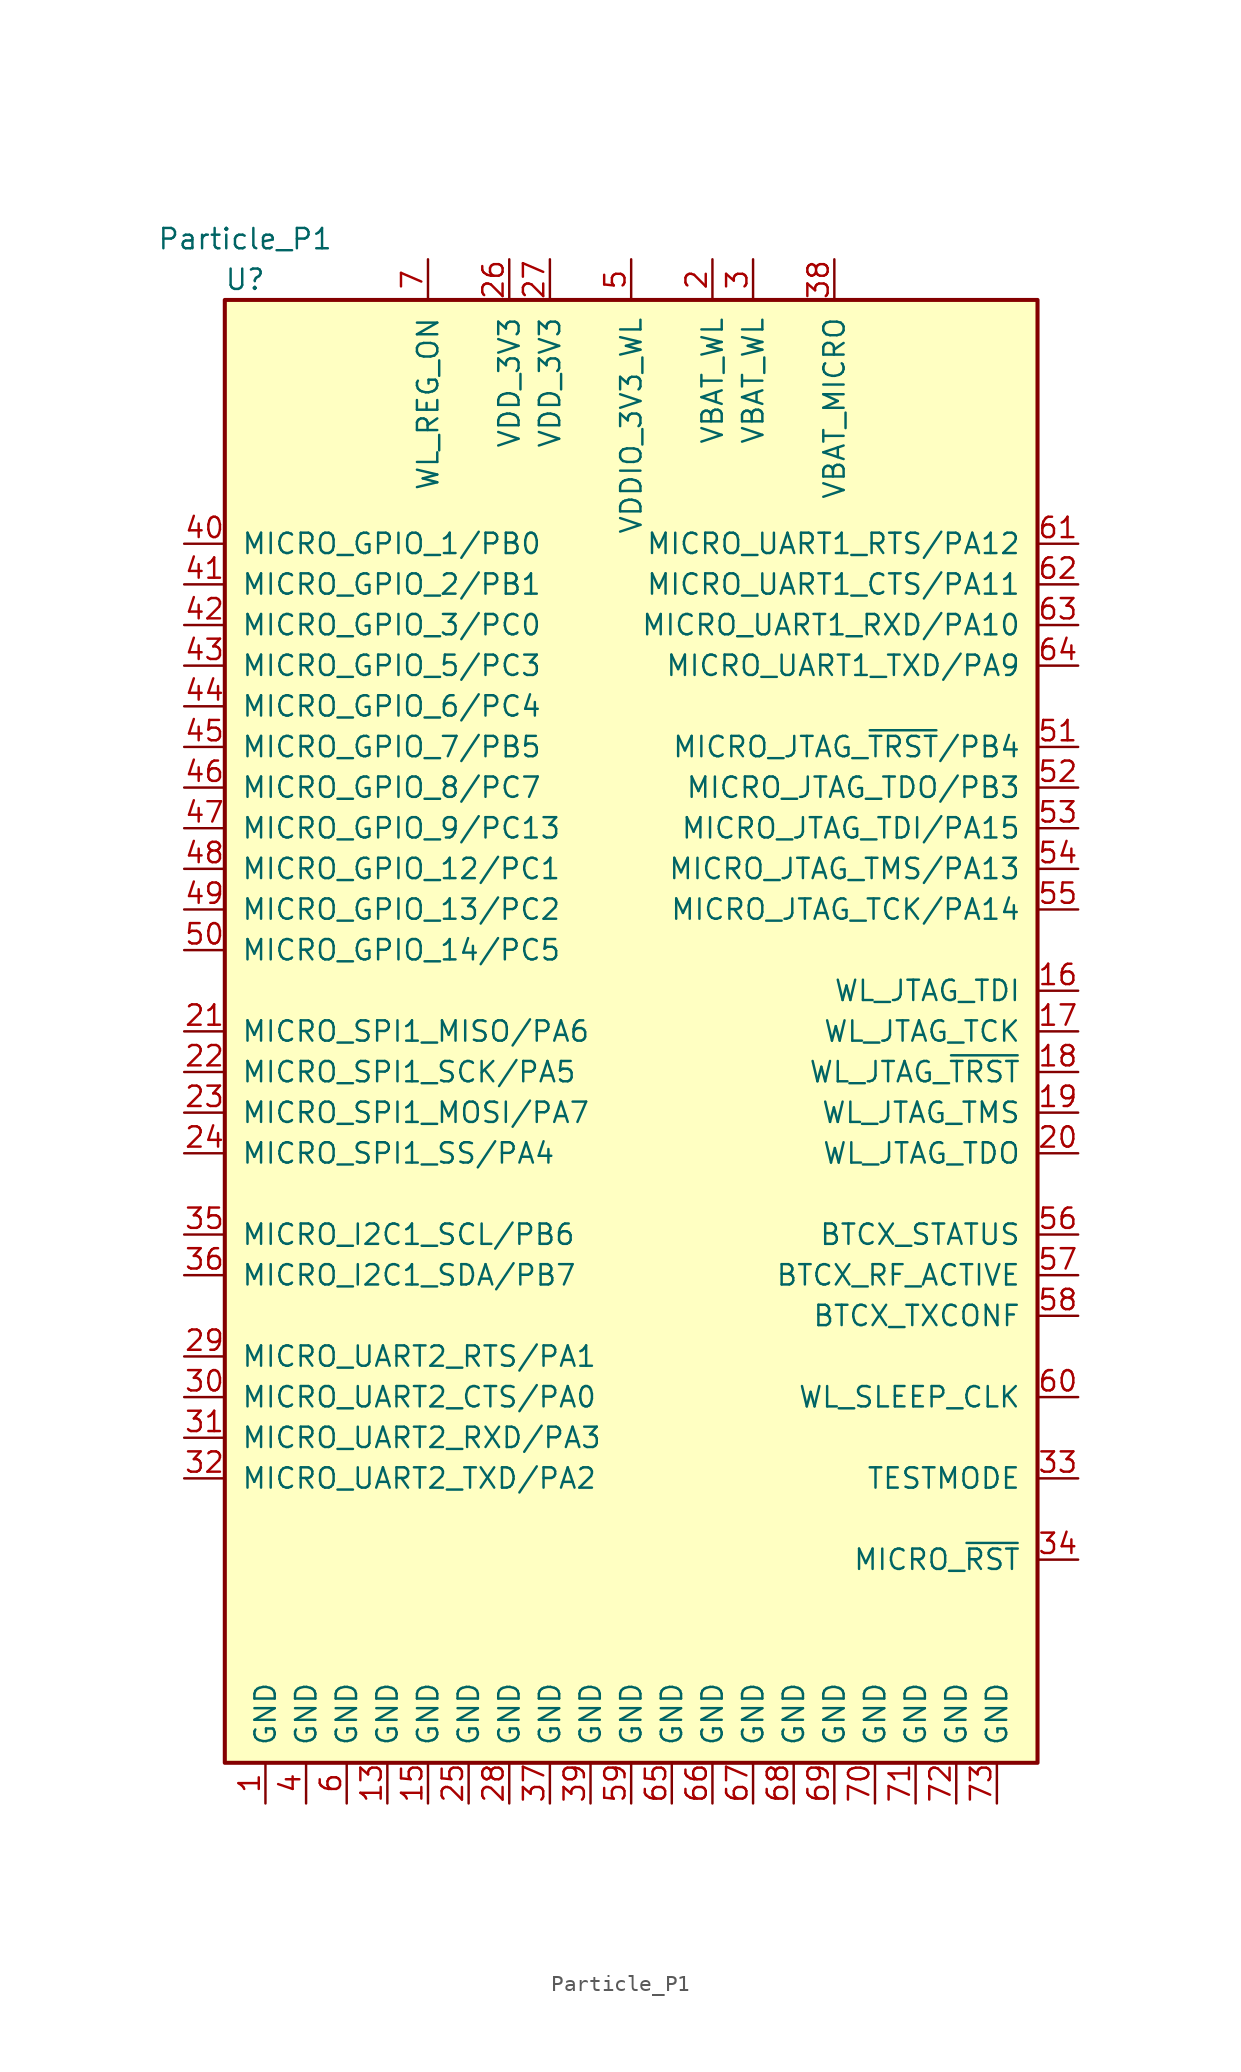
<source format=kicad_sym>
(kicad_symbol_lib
  (version 20231120)
  (generator "kicad_symbol_editor")
  (generator_version "8.0")
  (symbol "Particle_P1"
    (pin_names
      (offset 1.016))
    (property "Reference" "U"
      (at -24.13 46.99 0)
      (effects (font (size 1.27 1.27))))
    (property "Value" "Particle_P1"
      (at -24.13 49.53 0)
      (effects (font (size 1.27 1.27))))
    (symbol "Particle_P1_1_1"
      (rectangle (start -25.4 45.72) (end 25.4 -45.72) (stroke (width 0.254) (type default)) (fill (type background)))
      (pin power_in line (at -22.86 -48.26 90) (length 2.54) (name "GND" (effects (font (size 1.27 1.27)))) (number "1" (effects (font (size 1.27 1.27)))))
      (pin no_connect line (at -25.4 35.56 0) (length 2.54) hide (name "NC" (effects (font (size 1.27 1.27)))) (number "10" (effects (font (size 1.27 1.27)))))
      (pin no_connect line (at 25.4 35.56 180) (length 2.54) hide (name "NC" (effects (font (size 1.27 1.27)))) (number "11" (effects (font (size 1.27 1.27)))))
      (pin no_connect line (at 25.4 38.1 180) (length 2.54) hide (name "NC" (effects (font (size 1.27 1.27)))) (number "12" (effects (font (size 1.27 1.27)))))
      (pin power_in line (at -15.24 -48.26 90) (length 2.54) (name "GND" (effects (font (size 1.27 1.27)))) (number "13" (effects (font (size 1.27 1.27)))))
      (pin no_connect line (at 25.4 40.64 180) (length 2.54) hide (name "NC" (effects (font (size 1.27 1.27)))) (number "14" (effects (font (size 1.27 1.27)))))
      (pin power_in line (at -12.7 -48.26 90) (length 2.54) (name "GND" (effects (font (size 1.27 1.27)))) (number "15" (effects (font (size 1.27 1.27)))))
      (pin input line (at 27.94 2.54 180) (length 2.54) (name "WL_JTAG_TDI" (effects (font (size 1.27 1.27)))) (number "16" (effects (font (size 1.27 1.27)))))
      (pin input line (at 27.94 0 180) (length 2.54) (name "WL_JTAG_TCK" (effects (font (size 1.27 1.27)))) (number "17" (effects (font (size 1.27 1.27)))))
      (pin input line (at 27.94 -2.54 180) (length 2.54) (name "WL_JTAG_~{TRST}" (effects (font (size 1.27 1.27)))) (number "18" (effects (font (size 1.27 1.27)))))
      (pin input line (at 27.94 -5.08 180) (length 2.54) (name "WL_JTAG_TMS" (effects (font (size 1.27 1.27)))) (number "19" (effects (font (size 1.27 1.27)))))
      (pin power_in line (at 5.08 48.26 270) (length 2.54) (name "VBAT_WL" (effects (font (size 1.27 1.27)))) (number "2" (effects (font (size 1.27 1.27)))))
      (pin input line (at 27.94 -7.62 180) (length 2.54) (name "WL_JTAG_TDO" (effects (font (size 1.27 1.27)))) (number "20" (effects (font (size 1.27 1.27)))))
      (pin bidirectional line (at -27.94 0 0) (length 2.54) (name "MICRO_SPI1_MISO/PA6" (effects (font (size 1.27 1.27)))) (number "21" (effects (font (size 1.27 1.27)))))
      (pin bidirectional line (at -27.94 -2.54 0) (length 2.54) (name "MICRO_SPI1_SCK/PA5" (effects (font (size 1.27 1.27)))) (number "22" (effects (font (size 1.27 1.27)))))
      (pin bidirectional line (at -27.94 -5.08 0) (length 2.54) (name "MICRO_SPI1_MOSI/PA7" (effects (font (size 1.27 1.27)))) (number "23" (effects (font (size 1.27 1.27)))))
      (pin bidirectional line (at -27.94 -7.62 0) (length 2.54) (name "MICRO_SPI1_SS/PA4" (effects (font (size 1.27 1.27)))) (number "24" (effects (font (size 1.27 1.27)))))
      (pin power_in line (at -10.16 -48.26 90) (length 2.54) (name "GND" (effects (font (size 1.27 1.27)))) (number "25" (effects (font (size 1.27 1.27)))))
      (pin power_in line (at -7.62 48.26 270) (length 2.54) (name "VDD_3V3" (effects (font (size 1.27 1.27)))) (number "26" (effects (font (size 1.27 1.27)))))
      (pin power_in line (at -5.08 48.26 270) (length 2.54) (name "VDD_3V3" (effects (font (size 1.27 1.27)))) (number "27" (effects (font (size 1.27 1.27)))))
      (pin power_in line (at -7.62 -48.26 90) (length 2.54) (name "GND" (effects (font (size 1.27 1.27)))) (number "28" (effects (font (size 1.27 1.27)))))
      (pin bidirectional line (at -27.94 -20.32 0) (length 2.54) (name "MICRO_UART2_RTS/PA1" (effects (font (size 1.27 1.27)))) (number "29" (effects (font (size 1.27 1.27)))))
      (pin power_in line (at 7.62 48.26 270) (length 2.54) (name "VBAT_WL" (effects (font (size 1.27 1.27)))) (number "3" (effects (font (size 1.27 1.27)))))
      (pin bidirectional line (at -27.94 -22.86 0) (length 2.54) (name "MICRO_UART2_CTS/PA0" (effects (font (size 1.27 1.27)))) (number "30" (effects (font (size 1.27 1.27)))))
      (pin bidirectional line (at -27.94 -25.4 0) (length 2.54) (name "MICRO_UART2_RXD/PA3" (effects (font (size 1.27 1.27)))) (number "31" (effects (font (size 1.27 1.27)))))
      (pin bidirectional line (at -27.94 -27.94 0) (length 2.54) (name "MICRO_UART2_TXD/PA2" (effects (font (size 1.27 1.27)))) (number "32" (effects (font (size 1.27 1.27)))))
      (pin bidirectional line (at 27.94 -27.94 180) (length 2.54) (name "TESTMODE" (effects (font (size 1.27 1.27)))) (number "33" (effects (font (size 1.27 1.27)))))
      (pin input line (at 27.94 -33.02 180) (length 2.54) (name "MICRO_~{RST}" (effects (font (size 1.27 1.27)))) (number "34" (effects (font (size 1.27 1.27)))))
      (pin bidirectional line (at -27.94 -12.7 0) (length 2.54) (name "MICRO_I2C1_SCL/PB6" (effects (font (size 1.27 1.27)))) (number "35" (effects (font (size 1.27 1.27)))))
      (pin bidirectional line (at -27.94 -15.24 0) (length 2.54) (name "MICRO_I2C1_SDA/PB7" (effects (font (size 1.27 1.27)))) (number "36" (effects (font (size 1.27 1.27)))))
      (pin power_in line (at -5.08 -48.26 90) (length 2.54) (name "GND" (effects (font (size 1.27 1.27)))) (number "37" (effects (font (size 1.27 1.27)))))
      (pin power_in line (at 12.7 48.26 270) (length 2.54) (name "VBAT_MICRO" (effects (font (size 1.27 1.27)))) (number "38" (effects (font (size 1.27 1.27)))))
      (pin power_in line (at -2.54 -48.26 90) (length 2.54) (name "GND" (effects (font (size 1.27 1.27)))) (number "39" (effects (font (size 1.27 1.27)))))
      (pin power_in line (at -20.32 -48.26 90) (length 2.54) (name "GND" (effects (font (size 1.27 1.27)))) (number "4" (effects (font (size 1.27 1.27)))))
      (pin bidirectional line (at -27.94 30.48 0) (length 2.54) (name "MICRO_GPIO_1/PB0" (effects (font (size 1.27 1.27)))) (number "40" (effects (font (size 1.27 1.27)))))
      (pin bidirectional line (at -27.94 27.94 0) (length 2.54) (name "MICRO_GPIO_2/PB1" (effects (font (size 1.27 1.27)))) (number "41" (effects (font (size 1.27 1.27)))))
      (pin bidirectional line (at -27.94 25.4 0) (length 2.54) (name "MICRO_GPIO_3/PC0" (effects (font (size 1.27 1.27)))) (number "42" (effects (font (size 1.27 1.27)))))
      (pin bidirectional line (at -27.94 22.86 0) (length 2.54) (name "MICRO_GPIO_5/PC3" (effects (font (size 1.27 1.27)))) (number "43" (effects (font (size 1.27 1.27)))))
      (pin bidirectional line (at -27.94 20.32 0) (length 2.54) (name "MICRO_GPIO_6/PC4" (effects (font (size 1.27 1.27)))) (number "44" (effects (font (size 1.27 1.27)))))
      (pin bidirectional line (at -27.94 17.78 0) (length 2.54) (name "MICRO_GPIO_7/PB5" (effects (font (size 1.27 1.27)))) (number "45" (effects (font (size 1.27 1.27)))))
      (pin bidirectional line (at -27.94 15.24 0) (length 2.54) (name "MICRO_GPIO_8/PC7" (effects (font (size 1.27 1.27)))) (number "46" (effects (font (size 1.27 1.27)))))
      (pin bidirectional line (at -27.94 12.7 0) (length 2.54) (name "MICRO_GPIO_9/PC13" (effects (font (size 1.27 1.27)))) (number "47" (effects (font (size 1.27 1.27)))))
      (pin bidirectional line (at -27.94 10.16 0) (length 2.54) (name "MICRO_GPIO_12/PC1" (effects (font (size 1.27 1.27)))) (number "48" (effects (font (size 1.27 1.27)))))
      (pin bidirectional line (at -27.94 7.62 0) (length 2.54) (name "MICRO_GPIO_13/PC2" (effects (font (size 1.27 1.27)))) (number "49" (effects (font (size 1.27 1.27)))))
      (pin power_in line (at 0 48.26 270) (length 2.54) (name "VDDIO_3V3_WL" (effects (font (size 1.27 1.27)))) (number "5" (effects (font (size 1.27 1.27)))))
      (pin bidirectional line (at -27.94 5.08 0) (length 2.54) (name "MICRO_GPIO_14/PC5" (effects (font (size 1.27 1.27)))) (number "50" (effects (font (size 1.27 1.27)))))
      (pin bidirectional line (at 27.94 17.78 180) (length 2.54) (name "MICRO_JTAG_~{TRST}/PB4" (effects (font (size 1.27 1.27)))) (number "51" (effects (font (size 1.27 1.27)))))
      (pin bidirectional line (at 27.94 15.24 180) (length 2.54) (name "MICRO_JTAG_TDO/PB3" (effects (font (size 1.27 1.27)))) (number "52" (effects (font (size 1.27 1.27)))))
      (pin bidirectional line (at 27.94 12.7 180) (length 2.54) (name "MICRO_JTAG_TDI/PA15" (effects (font (size 1.27 1.27)))) (number "53" (effects (font (size 1.27 1.27)))))
      (pin bidirectional line (at 27.94 10.16 180) (length 2.54) (name "MICRO_JTAG_TMS/PA13" (effects (font (size 1.27 1.27)))) (number "54" (effects (font (size 1.27 1.27)))))
      (pin bidirectional line (at 27.94 7.62 180) (length 2.54) (name "MICRO_JTAG_TCK/PA14" (effects (font (size 1.27 1.27)))) (number "55" (effects (font (size 1.27 1.27)))))
      (pin input line (at 27.94 -12.7 180) (length 2.54) (name "BTCX_STATUS" (effects (font (size 1.27 1.27)))) (number "56" (effects (font (size 1.27 1.27)))))
      (pin input line (at 27.94 -15.24 180) (length 2.54) (name "BTCX_RF_ACTIVE" (effects (font (size 1.27 1.27)))) (number "57" (effects (font (size 1.27 1.27)))))
      (pin output line (at 27.94 -17.78 180) (length 2.54) (name "BTCX_TXCONF" (effects (font (size 1.27 1.27)))) (number "58" (effects (font (size 1.27 1.27)))))
      (pin power_in line (at 0 -48.26 90) (length 2.54) (name "GND" (effects (font (size 1.27 1.27)))) (number "59" (effects (font (size 1.27 1.27)))))
      (pin power_in line (at -17.78 -48.26 90) (length 2.54) (name "GND" (effects (font (size 1.27 1.27)))) (number "6" (effects (font (size 1.27 1.27)))))
      (pin input line (at 27.94 -22.86 180) (length 2.54) (name "WL_SLEEP_CLK" (effects (font (size 1.27 1.27)))) (number "60" (effects (font (size 1.27 1.27)))))
      (pin bidirectional line (at 27.94 30.48 180) (length 2.54) (name "MICRO_UART1_RTS/PA12" (effects (font (size 1.27 1.27)))) (number "61" (effects (font (size 1.27 1.27)))))
      (pin bidirectional line (at 27.94 27.94 180) (length 2.54) (name "MICRO_UART1_CTS/PA11" (effects (font (size 1.27 1.27)))) (number "62" (effects (font (size 1.27 1.27)))))
      (pin bidirectional line (at 27.94 25.4 180) (length 2.54) (name "MICRO_UART1_RXD/PA10" (effects (font (size 1.27 1.27)))) (number "63" (effects (font (size 1.27 1.27)))))
      (pin bidirectional line (at 27.94 22.86 180) (length 2.54) (name "MICRO_UART1_TXD/PA9" (effects (font (size 1.27 1.27)))) (number "64" (effects (font (size 1.27 1.27)))))
      (pin power_in line (at 2.54 -48.26 90) (length 2.54) (name "GND" (effects (font (size 1.27 1.27)))) (number "65" (effects (font (size 1.27 1.27)))))
      (pin power_in line (at 5.08 -48.26 90) (length 2.54) (name "GND" (effects (font (size 1.27 1.27)))) (number "66" (effects (font (size 1.27 1.27)))))
      (pin power_in line (at 7.62 -48.26 90) (length 2.54) (name "GND" (effects (font (size 1.27 1.27)))) (number "67" (effects (font (size 1.27 1.27)))))
      (pin power_in line (at 10.16 -48.26 90) (length 2.54) (name "GND" (effects (font (size 1.27 1.27)))) (number "68" (effects (font (size 1.27 1.27)))))
      (pin power_in line (at 12.7 -48.26 90) (length 2.54) (name "GND" (effects (font (size 1.27 1.27)))) (number "69" (effects (font (size 1.27 1.27)))))
      (pin power_in line (at -12.7 48.26 270) (length 2.54) (name "WL_REG_ON" (effects (font (size 1.27 1.27)))) (number "7" (effects (font (size 1.27 1.27)))))
      (pin power_in line (at 15.24 -48.26 90) (length 2.54) (name "GND" (effects (font (size 1.27 1.27)))) (number "70" (effects (font (size 1.27 1.27)))))
      (pin power_in line (at 17.78 -48.26 90) (length 2.54) (name "GND" (effects (font (size 1.27 1.27)))) (number "71" (effects (font (size 1.27 1.27)))))
      (pin power_in line (at 20.32 -48.26 90) (length 2.54) (name "GND" (effects (font (size 1.27 1.27)))) (number "72" (effects (font (size 1.27 1.27)))))
      (pin power_in line (at 22.86 -48.26 90) (length 2.54) (name "GND" (effects (font (size 1.27 1.27)))) (number "73" (effects (font (size 1.27 1.27)))))
      (pin no_connect line (at -25.4 -33.02 0) (length 2.54) hide (name "PAD1" (effects (font (size 1.27 1.27)))) (number "74" (effects (font (size 1.27 1.27)))))
      (pin no_connect line (at -25.4 -35.56 0) (length 2.54) hide (name "PAD2" (effects (font (size 1.27 1.27)))) (number "75" (effects (font (size 1.27 1.27)))))
      (pin no_connect line (at -25.4 40.64 0) (length 2.54) hide (name "NC" (effects (font (size 1.27 1.27)))) (number "8" (effects (font (size 1.27 1.27)))))
      (pin no_connect line (at -25.4 38.1 0) (length 2.54) hide (name "NC" (effects (font (size 1.27 1.27)))) (number "9" (effects (font (size 1.27 1.27))))))))
</source>
